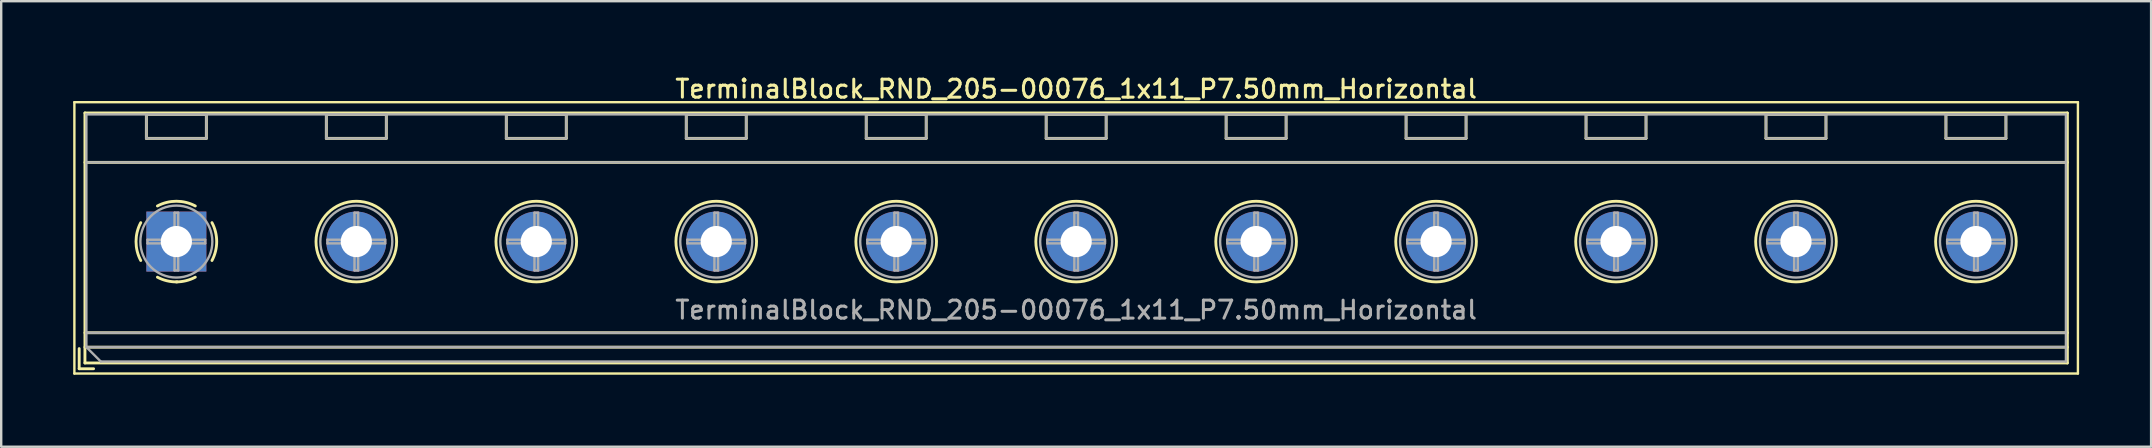
<source format=kicad_pcb>
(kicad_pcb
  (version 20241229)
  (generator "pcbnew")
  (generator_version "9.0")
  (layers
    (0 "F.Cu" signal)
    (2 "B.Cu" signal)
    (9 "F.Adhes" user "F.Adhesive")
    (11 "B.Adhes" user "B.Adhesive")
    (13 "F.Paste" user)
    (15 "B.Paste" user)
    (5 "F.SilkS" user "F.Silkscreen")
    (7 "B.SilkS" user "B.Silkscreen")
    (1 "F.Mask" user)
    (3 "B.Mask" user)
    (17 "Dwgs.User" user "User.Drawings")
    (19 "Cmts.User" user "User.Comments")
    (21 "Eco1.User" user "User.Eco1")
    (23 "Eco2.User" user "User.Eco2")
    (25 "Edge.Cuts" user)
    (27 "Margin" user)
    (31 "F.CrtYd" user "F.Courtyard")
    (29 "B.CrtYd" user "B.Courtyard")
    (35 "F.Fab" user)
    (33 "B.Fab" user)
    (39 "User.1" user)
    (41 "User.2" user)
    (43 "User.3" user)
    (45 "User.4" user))
  (footprint "TerminalBlock_RND_205-00076_1x11_P7.50mm_Horizontal"
    (layer "F.Cu")
    (at 4.3 7.018)
    (property "Reference" "TerminalBlock_RND_205-00076_1x11_P7.50mm_Horizontal" (at 37.5 -6.36 0) (layer "F.SilkS") (effects (font (size 0.75 0.75) (thickness 0.125))))
    (attr through_hole)
    (fp_line (start -4.25 -5.81) (end -4.25 5.5) (stroke (width 0.1) (type solid)) (layer "F.SilkS"))
    (fp_line (start -4.25 5.5) (end 79.25 5.5) (stroke (width 0.1) (type solid)) (layer "F.SilkS"))
    (fp_line (start -4.05 4.46) (end -4.05 5.3) (stroke (width 0.12) (type solid)) (layer "F.SilkS"))
    (fp_line (start -4.05 5.3) (end -3.45 5.3) (stroke (width 0.12) (type solid)) (layer "F.SilkS"))
    (fp_line (start -3.81 -5.36) (end -3.81 5.06) (stroke (width 0.12) (type solid)) (layer "F.SilkS"))
    (fp_line (start -3.81 -5.36) (end 78.81 -5.36) (stroke (width 0.12) (type solid)) (layer "F.SilkS"))
    (fp_line (start -3.81 -3.301) (end 78.81 -3.301) (stroke (width 0.12) (type solid)) (layer "F.SilkS"))
    (fp_line (start -3.81 3.8) (end 78.81 3.8) (stroke (width 0.12) (type solid)) (layer "F.SilkS"))
    (fp_line (start -3.81 4.4) (end 78.81 4.4) (stroke (width 0.12) (type solid)) (layer "F.SilkS"))
    (fp_line (start -3.81 5.06) (end 78.81 5.06) (stroke (width 0.12) (type solid)) (layer "F.SilkS"))
    (fp_line (start -1.25 -5.301) (end -1.25 -4.301) (stroke (width 0.12) (type solid)) (layer "F.SilkS"))
    (fp_line (start -1.25 -5.301) (end 1.25 -5.301) (stroke (width 0.12) (type solid)) (layer "F.SilkS"))
    (fp_line (start -1.25 -4.301) (end 1.25 -4.301) (stroke (width 0.12) (type solid)) (layer "F.SilkS"))
    (fp_line (start 1.25 -5.301) (end 1.25 -4.301) (stroke (width 0.12) (type solid)) (layer "F.SilkS"))
    (fp_line (start 6.25 -5.301) (end 6.25 -4.301) (stroke (width 0.12) (type solid)) (layer "F.SilkS"))
    (fp_line (start 6.25 -5.301) (end 8.75 -5.301) (stroke (width 0.12) (type solid)) (layer "F.SilkS"))
    (fp_line (start 6.25 -4.301) (end 8.75 -4.301) (stroke (width 0.12) (type solid)) (layer "F.SilkS"))
    (fp_line (start 8.75 -5.301) (end 8.75 -4.301) (stroke (width 0.12) (type solid)) (layer "F.SilkS"))
    (fp_line (start 13.75 -5.301) (end 13.75 -4.301) (stroke (width 0.12) (type solid)) (layer "F.SilkS"))
    (fp_line (start 13.75 -5.301) (end 16.25 -5.301) (stroke (width 0.12) (type solid)) (layer "F.SilkS"))
    (fp_line (start 13.75 -4.301) (end 16.25 -4.301) (stroke (width 0.12) (type solid)) (layer "F.SilkS"))
    (fp_line (start 16.25 -5.301) (end 16.25 -4.301) (stroke (width 0.12) (type solid)) (layer "F.SilkS"))
    (fp_line (start 21.25 -5.301) (end 21.25 -4.301) (stroke (width 0.12) (type solid)) (layer "F.SilkS"))
    (fp_line (start 21.25 -5.301) (end 23.75 -5.301) (stroke (width 0.12) (type solid)) (layer "F.SilkS"))
    (fp_line (start 21.25 -4.301) (end 23.75 -4.301) (stroke (width 0.12) (type solid)) (layer "F.SilkS"))
    (fp_line (start 23.75 -5.301) (end 23.75 -4.301) (stroke (width 0.12) (type solid)) (layer "F.SilkS"))
    (fp_line (start 28.75 -5.301) (end 28.75 -4.301) (stroke (width 0.12) (type solid)) (layer "F.SilkS"))
    (fp_line (start 28.75 -5.301) (end 31.25 -5.301) (stroke (width 0.12) (type solid)) (layer "F.SilkS"))
    (fp_line (start 28.75 -4.301) (end 31.25 -4.301) (stroke (width 0.12) (type solid)) (layer "F.SilkS"))
    (fp_line (start 31.25 -5.301) (end 31.25 -4.301) (stroke (width 0.12) (type solid)) (layer "F.SilkS"))
    (fp_line (start 36.25 -5.301) (end 36.25 -4.301) (stroke (width 0.12) (type solid)) (layer "F.SilkS"))
    (fp_line (start 36.25 -5.301) (end 38.75 -5.301) (stroke (width 0.12) (type solid)) (layer "F.SilkS"))
    (fp_line (start 36.25 -4.301) (end 38.75 -4.301) (stroke (width 0.12) (type solid)) (layer "F.SilkS"))
    (fp_line (start 38.75 -5.301) (end 38.75 -4.301) (stroke (width 0.12) (type solid)) (layer "F.SilkS"))
    (fp_line (start 43.75 -5.301) (end 43.75 -4.301) (stroke (width 0.12) (type solid)) (layer "F.SilkS"))
    (fp_line (start 43.75 -5.301) (end 46.25 -5.301) (stroke (width 0.12) (type solid)) (layer "F.SilkS"))
    (fp_line (start 43.75 -4.301) (end 46.25 -4.301) (stroke (width 0.12) (type solid)) (layer "F.SilkS"))
    (fp_line (start 46.25 -5.301) (end 46.25 -4.301) (stroke (width 0.12) (type solid)) (layer "F.SilkS"))
    (fp_line (start 51.25 -5.301) (end 51.25 -4.301) (stroke (width 0.12) (type solid)) (layer "F.SilkS"))
    (fp_line (start 51.25 -5.301) (end 53.75 -5.301) (stroke (width 0.12) (type solid)) (layer "F.SilkS"))
    (fp_line (start 51.25 -4.301) (end 53.75 -4.301) (stroke (width 0.12) (type solid)) (layer "F.SilkS"))
    (fp_line (start 53.75 -5.301) (end 53.75 -4.301) (stroke (width 0.12) (type solid)) (layer "F.SilkS"))
    (fp_line (start 58.75 -5.301) (end 58.75 -4.301) (stroke (width 0.12) (type solid)) (layer "F.SilkS"))
    (fp_line (start 58.75 -5.301) (end 61.25 -5.301) (stroke (width 0.12) (type solid)) (layer "F.SilkS"))
    (fp_line (start 58.75 -4.301) (end 61.25 -4.301) (stroke (width 0.12) (type solid)) (layer "F.SilkS"))
    (fp_line (start 61.25 -5.301) (end 61.25 -4.301) (stroke (width 0.12) (type solid)) (layer "F.SilkS"))
    (fp_line (start 66.25 -5.301) (end 66.25 -4.301) (stroke (width 0.12) (type solid)) (layer "F.SilkS"))
    (fp_line (start 66.25 -5.301) (end 68.75 -5.301) (stroke (width 0.12) (type solid)) (layer "F.SilkS"))
    (fp_line (start 66.25 -4.301) (end 68.75 -4.301) (stroke (width 0.12) (type solid)) (layer "F.SilkS"))
    (fp_line (start 68.75 -5.301) (end 68.75 -4.301) (stroke (width 0.12) (type solid)) (layer "F.SilkS"))
    (fp_line (start 73.75 -5.301) (end 73.75 -4.301) (stroke (width 0.12) (type solid)) (layer "F.SilkS"))
    (fp_line (start 73.75 -5.301) (end 76.25 -5.301) (stroke (width 0.12) (type solid)) (layer "F.SilkS"))
    (fp_line (start 73.75 -4.301) (end 76.25 -4.301) (stroke (width 0.12) (type solid)) (layer "F.SilkS"))
    (fp_line (start 76.25 -5.301) (end 76.25 -4.301) (stroke (width 0.12) (type solid)) (layer "F.SilkS"))
    (fp_line (start 78.81 -5.36) (end 78.81 5.06) (stroke (width 0.12) (type solid)) (layer "F.SilkS"))
    (fp_line (start 79.25 -5.81) (end -4.25 -5.81) (stroke (width 0.1) (type solid)) (layer "F.SilkS"))
    (fp_line (start 79.25 5.5) (end 79.25 -5.81) (stroke (width 0.1) (type solid)) (layer "F.SilkS"))
    (fp_arc (start -1.483953 0.789089) (mid -1.680708 0.00005) (end -1.484 -0.789) (stroke (width 0.12) (type solid)) (layer "F.SilkS"))
    (fp_arc (start -0.789089 -1.483953) (mid -0.00005 -1.680708) (end 0.789 -1.484) (stroke (width 0.12) (type solid)) (layer "F.SilkS"))
    (fp_arc (start 0.029383 1.68045) (mid -0.392304 1.634281) (end -0.789 1.484) (stroke (width 0.12) (type solid)) (layer "F.SilkS"))
    (fp_arc (start 0.788712 1.483352) (mid 0.406429 1.630097) (end 0 1.68) (stroke (width 0.12) (type solid)) (layer "F.SilkS"))
    (fp_arc (start 1.483953 -0.789089) (mid 1.680708 -0.00005) (end 1.484 0.789) (stroke (width 0.12) (type solid)) (layer "F.SilkS"))
    (fp_circle (center 7.5 0) (end 9.18 0) (stroke (width 0.12) (type solid)) (fill no) (layer "F.SilkS"))
    (fp_circle (center 15 0) (end 16.68 0) (stroke (width 0.12) (type solid)) (fill no) (layer "F.SilkS"))
    (fp_circle (center 22.5 0) (end 24.18 0) (stroke (width 0.12) (type solid)) (fill no) (layer "F.SilkS"))
    (fp_circle (center 30 0) (end 31.68 0) (stroke (width 0.12) (type solid)) (fill no) (layer "F.SilkS"))
    (fp_circle (center 37.5 0) (end 39.18 0) (stroke (width 0.12) (type solid)) (fill no) (layer "F.SilkS"))
    (fp_circle (center 45 0) (end 46.68 0) (stroke (width 0.12) (type solid)) (fill no) (layer "F.SilkS"))
    (fp_circle (center 52.5 0) (end 54.18 0) (stroke (width 0.12) (type solid)) (fill no) (layer "F.SilkS"))
    (fp_circle (center 60 0) (end 61.68 0) (stroke (width 0.12) (type solid)) (fill no) (layer "F.SilkS"))
    (fp_circle (center 67.5 0) (end 69.18 0) (stroke (width 0.12) (type solid)) (fill no) (layer "F.SilkS"))
    (fp_circle (center 75 0) (end 76.68 0) (stroke (width 0.12) (type solid)) (fill no) (layer "F.SilkS"))
    (fp_line (start -3.75 -5.3) (end 78.75 -5.3) (stroke (width 0.1) (type solid)) (layer "F.Fab"))
    (fp_line (start -3.75 -3.3) (end 78.75 -3.3) (stroke (width 0.1) (type solid)) (layer "F.Fab"))
    (fp_line (start -3.75 3.8) (end 78.75 3.8) (stroke (width 0.1) (type solid)) (layer "F.Fab"))
    (fp_line (start -3.75 4.4) (end -3.75 -5.3) (stroke (width 0.1) (type solid)) (layer "F.Fab"))
    (fp_line (start -3.75 4.4) (end 78.75 4.4) (stroke (width 0.1) (type solid)) (layer "F.Fab"))
    (fp_line (start -3.15 5) (end -3.75 4.4) (stroke (width 0.1) (type solid)) (layer "F.Fab"))
    (fp_line (start -1.25 -5.3) (end -1.25 -4.3) (stroke (width 0.1) (type solid)) (layer "F.Fab"))
    (fp_line (start -1.25 -4.3) (end 1.25 -4.3) (stroke (width 0.1) (type solid)) (layer "F.Fab"))
    (fp_line (start -1.201 -0.076) (end -0.076 -0.076) (stroke (width 0.1) (type solid)) (layer "F.Fab"))
    (fp_line (start -1.201 0.076) (end -1.201 -0.076) (stroke (width 0.1) (type solid)) (layer "F.Fab"))
    (fp_line (start -0.076 -1.201) (end 0.076 -1.201) (stroke (width 0.1) (type solid)) (layer "F.Fab"))
    (fp_line (start -0.076 -0.076) (end -0.076 -1.201) (stroke (width 0.1) (type solid)) (layer "F.Fab"))
    (fp_line (start -0.076 0.076) (end -1.201 0.076) (stroke (width 0.1) (type solid)) (layer "F.Fab"))
    (fp_line (start -0.076 1.201) (end -0.076 0.076) (stroke (width 0.1) (type solid)) (layer "F.Fab"))
    (fp_line (start 0.076 -1.201) (end 0.076 -0.076) (stroke (width 0.1) (type solid)) (layer "F.Fab"))
    (fp_line (start 0.076 -0.076) (end 1.201 -0.076) (stroke (width 0.1) (type solid)) (layer "F.Fab"))
    (fp_line (start 0.076 0.076) (end 0.076 1.201) (stroke (width 0.1) (type solid)) (layer "F.Fab"))
    (fp_line (start 0.076 1.201) (end -0.076 1.201) (stroke (width 0.1) (type solid)) (layer "F.Fab"))
    (fp_line (start 1.201 -0.076) (end 1.201 0.076) (stroke (width 0.1) (type solid)) (layer "F.Fab"))
    (fp_line (start 1.201 0.076) (end 0.076 0.076) (stroke (width 0.1) (type solid)) (layer "F.Fab"))
    (fp_line (start 1.25 -5.3) (end -1.25 -5.3) (stroke (width 0.1) (type solid)) (layer "F.Fab"))
    (fp_line (start 1.25 -4.3) (end 1.25 -5.3) (stroke (width 0.1) (type solid)) (layer "F.Fab"))
    (fp_line (start 6.25 -5.3) (end 6.25 -4.3) (stroke (width 0.1) (type solid)) (layer "F.Fab"))
    (fp_line (start 6.25 -4.3) (end 8.75 -4.3) (stroke (width 0.1) (type solid)) (layer "F.Fab"))
    (fp_line (start 6.299 -0.076) (end 7.424 -0.076) (stroke (width 0.1) (type solid)) (layer "F.Fab"))
    (fp_line (start 6.299 0.076) (end 6.299 -0.076) (stroke (width 0.1) (type solid)) (layer "F.Fab"))
    (fp_line (start 7.424 -1.201) (end 7.576 -1.201) (stroke (width 0.1) (type solid)) (layer "F.Fab"))
    (fp_line (start 7.424 -0.076) (end 7.424 -1.201) (stroke (width 0.1) (type solid)) (layer "F.Fab"))
    (fp_line (start 7.424 0.076) (end 6.299 0.076) (stroke (width 0.1) (type solid)) (layer "F.Fab"))
    (fp_line (start 7.424 1.201) (end 7.424 0.076) (stroke (width 0.1) (type solid)) (layer "F.Fab"))
    (fp_line (start 7.576 -1.201) (end 7.576 -0.076) (stroke (width 0.1) (type solid)) (layer "F.Fab"))
    (fp_line (start 7.576 -0.076) (end 8.701 -0.076) (stroke (width 0.1) (type solid)) (layer "F.Fab"))
    (fp_line (start 7.576 0.076) (end 7.576 1.201) (stroke (width 0.1) (type solid)) (layer "F.Fab"))
    (fp_line (start 7.576 1.201) (end 7.424 1.201) (stroke (width 0.1) (type solid)) (layer "F.Fab"))
    (fp_line (start 8.701 -0.076) (end 8.701 0.076) (stroke (width 0.1) (type solid)) (layer "F.Fab"))
    (fp_line (start 8.701 0.076) (end 7.576 0.076) (stroke (width 0.1) (type solid)) (layer "F.Fab"))
    (fp_line (start 8.75 -5.3) (end 6.25 -5.3) (stroke (width 0.1) (type solid)) (layer "F.Fab"))
    (fp_line (start 8.75 -4.3) (end 8.75 -5.3) (stroke (width 0.1) (type solid)) (layer "F.Fab"))
    (fp_line (start 13.75 -5.3) (end 13.75 -4.3) (stroke (width 0.1) (type solid)) (layer "F.Fab"))
    (fp_line (start 13.75 -4.3) (end 16.25 -4.3) (stroke (width 0.1) (type solid)) (layer "F.Fab"))
    (fp_line (start 13.799 -0.076) (end 14.924 -0.076) (stroke (width 0.1) (type solid)) (layer "F.Fab"))
    (fp_line (start 13.799 0.076) (end 13.799 -0.076) (stroke (width 0.1) (type solid)) (layer "F.Fab"))
    (fp_line (start 14.924 -1.201) (end 15.076 -1.201) (stroke (width 0.1) (type solid)) (layer "F.Fab"))
    (fp_line (start 14.924 -0.076) (end 14.924 -1.201) (stroke (width 0.1) (type solid)) (layer "F.Fab"))
    (fp_line (start 14.924 0.076) (end 13.799 0.076) (stroke (width 0.1) (type solid)) (layer "F.Fab"))
    (fp_line (start 14.924 1.201) (end 14.924 0.076) (stroke (width 0.1) (type solid)) (layer "F.Fab"))
    (fp_line (start 15.076 -1.201) (end 15.076 -0.076) (stroke (width 0.1) (type solid)) (layer "F.Fab"))
    (fp_line (start 15.076 -0.076) (end 16.201 -0.076) (stroke (width 0.1) (type solid)) (layer "F.Fab"))
    (fp_line (start 15.076 0.076) (end 15.076 1.201) (stroke (width 0.1) (type solid)) (layer "F.Fab"))
    (fp_line (start 15.076 1.201) (end 14.924 1.201) (stroke (width 0.1) (type solid)) (layer "F.Fab"))
    (fp_line (start 16.201 -0.076) (end 16.201 0.076) (stroke (width 0.1) (type solid)) (layer "F.Fab"))
    (fp_line (start 16.201 0.076) (end 15.076 0.076) (stroke (width 0.1) (type solid)) (layer "F.Fab"))
    (fp_line (start 16.25 -5.3) (end 13.75 -5.3) (stroke (width 0.1) (type solid)) (layer "F.Fab"))
    (fp_line (start 16.25 -4.3) (end 16.25 -5.3) (stroke (width 0.1) (type solid)) (layer "F.Fab"))
    (fp_line (start 21.25 -5.3) (end 21.25 -4.3) (stroke (width 0.1) (type solid)) (layer "F.Fab"))
    (fp_line (start 21.25 -4.3) (end 23.75 -4.3) (stroke (width 0.1) (type solid)) (layer "F.Fab"))
    (fp_line (start 21.299 -0.076) (end 22.424 -0.076) (stroke (width 0.1) (type solid)) (layer "F.Fab"))
    (fp_line (start 21.299 0.076) (end 21.299 -0.076) (stroke (width 0.1) (type solid)) (layer "F.Fab"))
    (fp_line (start 22.424 -1.201) (end 22.576 -1.201) (stroke (width 0.1) (type solid)) (layer "F.Fab"))
    (fp_line (start 22.424 -0.076) (end 22.424 -1.201) (stroke (width 0.1) (type solid)) (layer "F.Fab"))
    (fp_line (start 22.424 0.076) (end 21.299 0.076) (stroke (width 0.1) (type solid)) (layer "F.Fab"))
    (fp_line (start 22.424 1.201) (end 22.424 0.076) (stroke (width 0.1) (type solid)) (layer "F.Fab"))
    (fp_line (start 22.576 -1.201) (end 22.576 -0.076) (stroke (width 0.1) (type solid)) (layer "F.Fab"))
    (fp_line (start 22.576 -0.076) (end 23.701 -0.076) (stroke (width 0.1) (type solid)) (layer "F.Fab"))
    (fp_line (start 22.576 0.076) (end 22.576 1.201) (stroke (width 0.1) (type solid)) (layer "F.Fab"))
    (fp_line (start 22.576 1.201) (end 22.424 1.201) (stroke (width 0.1) (type solid)) (layer "F.Fab"))
    (fp_line (start 23.701 -0.076) (end 23.701 0.076) (stroke (width 0.1) (type solid)) (layer "F.Fab"))
    (fp_line (start 23.701 0.076) (end 22.576 0.076) (stroke (width 0.1) (type solid)) (layer "F.Fab"))
    (fp_line (start 23.75 -5.3) (end 21.25 -5.3) (stroke (width 0.1) (type solid)) (layer "F.Fab"))
    (fp_line (start 23.75 -4.3) (end 23.75 -5.3) (stroke (width 0.1) (type solid)) (layer "F.Fab"))
    (fp_line (start 28.75 -5.3) (end 28.75 -4.3) (stroke (width 0.1) (type solid)) (layer "F.Fab"))
    (fp_line (start 28.75 -4.3) (end 31.25 -4.3) (stroke (width 0.1) (type solid)) (layer "F.Fab"))
    (fp_line (start 28.799 -0.076) (end 29.924 -0.076) (stroke (width 0.1) (type solid)) (layer "F.Fab"))
    (fp_line (start 28.799 0.076) (end 28.799 -0.076) (stroke (width 0.1) (type solid)) (layer "F.Fab"))
    (fp_line (start 29.924 -1.201) (end 30.076 -1.201) (stroke (width 0.1) (type solid)) (layer "F.Fab"))
    (fp_line (start 29.924 -0.076) (end 29.924 -1.201) (stroke (width 0.1) (type solid)) (layer "F.Fab"))
    (fp_line (start 29.924 0.076) (end 28.799 0.076) (stroke (width 0.1) (type solid)) (layer "F.Fab"))
    (fp_line (start 29.924 1.201) (end 29.924 0.076) (stroke (width 0.1) (type solid)) (layer "F.Fab"))
    (fp_line (start 30.076 -1.201) (end 30.076 -0.076) (stroke (width 0.1) (type solid)) (layer "F.Fab"))
    (fp_line (start 30.076 -0.076) (end 31.201 -0.076) (stroke (width 0.1) (type solid)) (layer "F.Fab"))
    (fp_line (start 30.076 0.076) (end 30.076 1.201) (stroke (width 0.1) (type solid)) (layer "F.Fab"))
    (fp_line (start 30.076 1.201) (end 29.924 1.201) (stroke (width 0.1) (type solid)) (layer "F.Fab"))
    (fp_line (start 31.201 -0.076) (end 31.201 0.076) (stroke (width 0.1) (type solid)) (layer "F.Fab"))
    (fp_line (start 31.201 0.076) (end 30.076 0.076) (stroke (width 0.1) (type solid)) (layer "F.Fab"))
    (fp_line (start 31.25 -5.3) (end 28.75 -5.3) (stroke (width 0.1) (type solid)) (layer "F.Fab"))
    (fp_line (start 31.25 -4.3) (end 31.25 -5.3) (stroke (width 0.1) (type solid)) (layer "F.Fab"))
    (fp_line (start 36.25 -5.3) (end 36.25 -4.3) (stroke (width 0.1) (type solid)) (layer "F.Fab"))
    (fp_line (start 36.25 -4.3) (end 38.75 -4.3) (stroke (width 0.1) (type solid)) (layer "F.Fab"))
    (fp_line (start 36.299 -0.076) (end 37.424 -0.076) (stroke (width 0.1) (type solid)) (layer "F.Fab"))
    (fp_line (start 36.299 0.076) (end 36.299 -0.076) (stroke (width 0.1) (type solid)) (layer "F.Fab"))
    (fp_line (start 37.424 -1.201) (end 37.576 -1.201) (stroke (width 0.1) (type solid)) (layer "F.Fab"))
    (fp_line (start 37.424 -0.076) (end 37.424 -1.201) (stroke (width 0.1) (type solid)) (layer "F.Fab"))
    (fp_line (start 37.424 0.076) (end 36.299 0.076) (stroke (width 0.1) (type solid)) (layer "F.Fab"))
    (fp_line (start 37.424 1.201) (end 37.424 0.076) (stroke (width 0.1) (type solid)) (layer "F.Fab"))
    (fp_line (start 37.576 -1.201) (end 37.576 -0.076) (stroke (width 0.1) (type solid)) (layer "F.Fab"))
    (fp_line (start 37.576 -0.076) (end 38.701 -0.076) (stroke (width 0.1) (type solid)) (layer "F.Fab"))
    (fp_line (start 37.576 0.076) (end 37.576 1.201) (stroke (width 0.1) (type solid)) (layer "F.Fab"))
    (fp_line (start 37.576 1.201) (end 37.424 1.201) (stroke (width 0.1) (type solid)) (layer "F.Fab"))
    (fp_line (start 38.701 -0.076) (end 38.701 0.076) (stroke (width 0.1) (type solid)) (layer "F.Fab"))
    (fp_line (start 38.701 0.076) (end 37.576 0.076) (stroke (width 0.1) (type solid)) (layer "F.Fab"))
    (fp_line (start 38.75 -5.3) (end 36.25 -5.3) (stroke (width 0.1) (type solid)) (layer "F.Fab"))
    (fp_line (start 38.75 -4.3) (end 38.75 -5.3) (stroke (width 0.1) (type solid)) (layer "F.Fab"))
    (fp_line (start 43.75 -5.3) (end 43.75 -4.3) (stroke (width 0.1) (type solid)) (layer "F.Fab"))
    (fp_line (start 43.75 -4.3) (end 46.25 -4.3) (stroke (width 0.1) (type solid)) (layer "F.Fab"))
    (fp_line (start 43.799 -0.076) (end 44.924 -0.076) (stroke (width 0.1) (type solid)) (layer "F.Fab"))
    (fp_line (start 43.799 0.076) (end 43.799 -0.076) (stroke (width 0.1) (type solid)) (layer "F.Fab"))
    (fp_line (start 44.924 -1.201) (end 45.076 -1.201) (stroke (width 0.1) (type solid)) (layer "F.Fab"))
    (fp_line (start 44.924 -0.076) (end 44.924 -1.201) (stroke (width 0.1) (type solid)) (layer "F.Fab"))
    (fp_line (start 44.924 0.076) (end 43.799 0.076) (stroke (width 0.1) (type solid)) (layer "F.Fab"))
    (fp_line (start 44.924 1.201) (end 44.924 0.076) (stroke (width 0.1) (type solid)) (layer "F.Fab"))
    (fp_line (start 45.076 -1.201) (end 45.076 -0.076) (stroke (width 0.1) (type solid)) (layer "F.Fab"))
    (fp_line (start 45.076 -0.076) (end 46.201 -0.076) (stroke (width 0.1) (type solid)) (layer "F.Fab"))
    (fp_line (start 45.076 0.076) (end 45.076 1.201) (stroke (width 0.1) (type solid)) (layer "F.Fab"))
    (fp_line (start 45.076 1.201) (end 44.924 1.201) (stroke (width 0.1) (type solid)) (layer "F.Fab"))
    (fp_line (start 46.201 -0.076) (end 46.201 0.076) (stroke (width 0.1) (type solid)) (layer "F.Fab"))
    (fp_line (start 46.201 0.076) (end 45.076 0.076) (stroke (width 0.1) (type solid)) (layer "F.Fab"))
    (fp_line (start 46.25 -5.3) (end 43.75 -5.3) (stroke (width 0.1) (type solid)) (layer "F.Fab"))
    (fp_line (start 46.25 -4.3) (end 46.25 -5.3) (stroke (width 0.1) (type solid)) (layer "F.Fab"))
    (fp_line (start 51.25 -5.3) (end 51.25 -4.3) (stroke (width 0.1) (type solid)) (layer "F.Fab"))
    (fp_line (start 51.25 -4.3) (end 53.75 -4.3) (stroke (width 0.1) (type solid)) (layer "F.Fab"))
    (fp_line (start 51.299 -0.076) (end 52.424 -0.076) (stroke (width 0.1) (type solid)) (layer "F.Fab"))
    (fp_line (start 51.299 0.076) (end 51.299 -0.076) (stroke (width 0.1) (type solid)) (layer "F.Fab"))
    (fp_line (start 52.424 -1.201) (end 52.576 -1.201) (stroke (width 0.1) (type solid)) (layer "F.Fab"))
    (fp_line (start 52.424 -0.076) (end 52.424 -1.201) (stroke (width 0.1) (type solid)) (layer "F.Fab"))
    (fp_line (start 52.424 0.076) (end 51.299 0.076) (stroke (width 0.1) (type solid)) (layer "F.Fab"))
    (fp_line (start 52.424 1.201) (end 52.424 0.076) (stroke (width 0.1) (type solid)) (layer "F.Fab"))
    (fp_line (start 52.576 -1.201) (end 52.576 -0.076) (stroke (width 0.1) (type solid)) (layer "F.Fab"))
    (fp_line (start 52.576 -0.076) (end 53.701 -0.076) (stroke (width 0.1) (type solid)) (layer "F.Fab"))
    (fp_line (start 52.576 0.076) (end 52.576 1.201) (stroke (width 0.1) (type solid)) (layer "F.Fab"))
    (fp_line (start 52.576 1.201) (end 52.424 1.201) (stroke (width 0.1) (type solid)) (layer "F.Fab"))
    (fp_line (start 53.701 -0.076) (end 53.701 0.076) (stroke (width 0.1) (type solid)) (layer "F.Fab"))
    (fp_line (start 53.701 0.076) (end 52.576 0.076) (stroke (width 0.1) (type solid)) (layer "F.Fab"))
    (fp_line (start 53.75 -5.3) (end 51.25 -5.3) (stroke (width 0.1) (type solid)) (layer "F.Fab"))
    (fp_line (start 53.75 -4.3) (end 53.75 -5.3) (stroke (width 0.1) (type solid)) (layer "F.Fab"))
    (fp_line (start 58.75 -5.3) (end 58.75 -4.3) (stroke (width 0.1) (type solid)) (layer "F.Fab"))
    (fp_line (start 58.75 -4.3) (end 61.25 -4.3) (stroke (width 0.1) (type solid)) (layer "F.Fab"))
    (fp_line (start 58.799 -0.076) (end 59.924 -0.076) (stroke (width 0.1) (type solid)) (layer "F.Fab"))
    (fp_line (start 58.799 0.076) (end 58.799 -0.076) (stroke (width 0.1) (type solid)) (layer "F.Fab"))
    (fp_line (start 59.924 -1.201) (end 60.076 -1.201) (stroke (width 0.1) (type solid)) (layer "F.Fab"))
    (fp_line (start 59.924 -0.076) (end 59.924 -1.201) (stroke (width 0.1) (type solid)) (layer "F.Fab"))
    (fp_line (start 59.924 0.076) (end 58.799 0.076) (stroke (width 0.1) (type solid)) (layer "F.Fab"))
    (fp_line (start 59.924 1.201) (end 59.924 0.076) (stroke (width 0.1) (type solid)) (layer "F.Fab"))
    (fp_line (start 60.076 -1.201) (end 60.076 -0.076) (stroke (width 0.1) (type solid)) (layer "F.Fab"))
    (fp_line (start 60.076 -0.076) (end 61.201 -0.076) (stroke (width 0.1) (type solid)) (layer "F.Fab"))
    (fp_line (start 60.076 0.076) (end 60.076 1.201) (stroke (width 0.1) (type solid)) (layer "F.Fab"))
    (fp_line (start 60.076 1.201) (end 59.924 1.201) (stroke (width 0.1) (type solid)) (layer "F.Fab"))
    (fp_line (start 61.201 -0.076) (end 61.201 0.076) (stroke (width 0.1) (type solid)) (layer "F.Fab"))
    (fp_line (start 61.201 0.076) (end 60.076 0.076) (stroke (width 0.1) (type solid)) (layer "F.Fab"))
    (fp_line (start 61.25 -5.3) (end 58.75 -5.3) (stroke (width 0.1) (type solid)) (layer "F.Fab"))
    (fp_line (start 61.25 -4.3) (end 61.25 -5.3) (stroke (width 0.1) (type solid)) (layer "F.Fab"))
    (fp_line (start 66.25 -5.3) (end 66.25 -4.3) (stroke (width 0.1) (type solid)) (layer "F.Fab"))
    (fp_line (start 66.25 -4.3) (end 68.75 -4.3) (stroke (width 0.1) (type solid)) (layer "F.Fab"))
    (fp_line (start 66.299 -0.076) (end 67.424 -0.076) (stroke (width 0.1) (type solid)) (layer "F.Fab"))
    (fp_line (start 66.299 0.076) (end 66.299 -0.076) (stroke (width 0.1) (type solid)) (layer "F.Fab"))
    (fp_line (start 67.424 -1.201) (end 67.576 -1.201) (stroke (width 0.1) (type solid)) (layer "F.Fab"))
    (fp_line (start 67.424 -0.076) (end 67.424 -1.201) (stroke (width 0.1) (type solid)) (layer "F.Fab"))
    (fp_line (start 67.424 0.076) (end 66.299 0.076) (stroke (width 0.1) (type solid)) (layer "F.Fab"))
    (fp_line (start 67.424 1.201) (end 67.424 0.076) (stroke (width 0.1) (type solid)) (layer "F.Fab"))
    (fp_line (start 67.576 -1.201) (end 67.576 -0.076) (stroke (width 0.1) (type solid)) (layer "F.Fab"))
    (fp_line (start 67.576 -0.076) (end 68.701 -0.076) (stroke (width 0.1) (type solid)) (layer "F.Fab"))
    (fp_line (start 67.576 0.076) (end 67.576 1.201) (stroke (width 0.1) (type solid)) (layer "F.Fab"))
    (fp_line (start 67.576 1.201) (end 67.424 1.201) (stroke (width 0.1) (type solid)) (layer "F.Fab"))
    (fp_line (start 68.701 -0.076) (end 68.701 0.076) (stroke (width 0.1) (type solid)) (layer "F.Fab"))
    (fp_line (start 68.701 0.076) (end 67.576 0.076) (stroke (width 0.1) (type solid)) (layer "F.Fab"))
    (fp_line (start 68.75 -5.3) (end 66.25 -5.3) (stroke (width 0.1) (type solid)) (layer "F.Fab"))
    (fp_line (start 68.75 -4.3) (end 68.75 -5.3) (stroke (width 0.1) (type solid)) (layer "F.Fab"))
    (fp_line (start 73.75 -5.3) (end 73.75 -4.3) (stroke (width 0.1) (type solid)) (layer "F.Fab"))
    (fp_line (start 73.75 -4.3) (end 76.25 -4.3) (stroke (width 0.1) (type solid)) (layer "F.Fab"))
    (fp_line (start 73.799 -0.076) (end 74.924 -0.076) (stroke (width 0.1) (type solid)) (layer "F.Fab"))
    (fp_line (start 73.799 0.076) (end 73.799 -0.076) (stroke (width 0.1) (type solid)) (layer "F.Fab"))
    (fp_line (start 74.924 -1.201) (end 75.076 -1.201) (stroke (width 0.1) (type solid)) (layer "F.Fab"))
    (fp_line (start 74.924 -0.076) (end 74.924 -1.201) (stroke (width 0.1) (type solid)) (layer "F.Fab"))
    (fp_line (start 74.924 0.076) (end 73.799 0.076) (stroke (width 0.1) (type solid)) (layer "F.Fab"))
    (fp_line (start 74.924 1.201) (end 74.924 0.076) (stroke (width 0.1) (type solid)) (layer "F.Fab"))
    (fp_line (start 75.076 -1.201) (end 75.076 -0.076) (stroke (width 0.1) (type solid)) (layer "F.Fab"))
    (fp_line (start 75.076 -0.076) (end 76.201 -0.076) (stroke (width 0.1) (type solid)) (layer "F.Fab"))
    (fp_line (start 75.076 0.076) (end 75.076 1.201) (stroke (width 0.1) (type solid)) (layer "F.Fab"))
    (fp_line (start 75.076 1.201) (end 74.924 1.201) (stroke (width 0.1) (type solid)) (layer "F.Fab"))
    (fp_line (start 76.201 -0.076) (end 76.201 0.076) (stroke (width 0.1) (type solid)) (layer "F.Fab"))
    (fp_line (start 76.201 0.076) (end 75.076 0.076) (stroke (width 0.1) (type solid)) (layer "F.Fab"))
    (fp_line (start 76.25 -5.3) (end 73.75 -5.3) (stroke (width 0.1) (type solid)) (layer "F.Fab"))
    (fp_line (start 76.25 -4.3) (end 76.25 -5.3) (stroke (width 0.1) (type solid)) (layer "F.Fab"))
    (fp_line (start 78.75 -5.3) (end 78.75 5) (stroke (width 0.1) (type solid)) (layer "F.Fab"))
    (fp_line (start 78.75 5) (end -3.15 5) (stroke (width 0.1) (type solid)) (layer "F.Fab"))
    (fp_circle (center 0 0) (end 1.5 0) (stroke (width 0.1) (type solid)) (fill no) (layer "F.Fab"))
    (fp_circle (center 7.5 0) (end 9 0) (stroke (width 0.1) (type solid)) (fill no) (layer "F.Fab"))
    (fp_circle (center 15 0) (end 16.5 0) (stroke (width 0.1) (type solid)) (fill no) (layer "F.Fab"))
    (fp_circle (center 22.5 0) (end 24 0) (stroke (width 0.1) (type solid)) (fill no) (layer "F.Fab"))
    (fp_circle (center 30 0) (end 31.5 0) (stroke (width 0.1) (type solid)) (fill no) (layer "F.Fab"))
    (fp_circle (center 37.5 0) (end 39 0) (stroke (width 0.1) (type solid)) (fill no) (layer "F.Fab"))
    (fp_circle (center 45 0) (end 46.5 0) (stroke (width 0.1) (type solid)) (fill no) (layer "F.Fab"))
    (fp_circle (center 52.5 0) (end 54 0) (stroke (width 0.1) (type solid)) (fill no) (layer "F.Fab"))
    (fp_circle (center 60 0) (end 61.5 0) (stroke (width 0.1) (type solid)) (fill no) (layer "F.Fab"))
    (fp_circle (center 67.5 0) (end 69 0) (stroke (width 0.1) (type solid)) (fill no) (layer "F.Fab"))
    (fp_circle (center 75 0) (end 76.5 0) (stroke (width 0.1) (type solid)) (fill no) (layer "F.Fab"))
    (fp_text user "${REFERENCE}" (at 37.5 2.85 0) (layer "F.Fab") (effects (font (size 0.75 0.75) (thickness 0.125))))
    (pad "1" thru_hole rect (at 0 0) (size 2.5 2.5) (drill 1.3) (layers "*.Cu" "*.Mask"))
    (pad "2" thru_hole circle (at 7.5 0) (size 2.5 2.5) (drill 1.3) (layers "*.Cu" "*.Mask"))
    (pad "3" thru_hole circle (at 15 0) (size 2.5 2.5) (drill 1.3) (layers "*.Cu" "*.Mask"))
    (pad "4" thru_hole circle (at 22.5 0) (size 2.5 2.5) (drill 1.3) (layers "*.Cu" "*.Mask"))
    (pad "5" thru_hole circle (at 30 0) (size 2.5 2.5) (drill 1.3) (layers "*.Cu" "*.Mask"))
    (pad "6" thru_hole circle (at 37.5 0) (size 2.5 2.5) (drill 1.3) (layers "*.Cu" "*.Mask"))
    (pad "7" thru_hole circle (at 45 0) (size 2.5 2.5) (drill 1.3) (layers "*.Cu" "*.Mask"))
    (pad "8" thru_hole circle (at 52.5 0) (size 2.5 2.5) (drill 1.3) (layers "*.Cu" "*.Mask"))
    (pad "9" thru_hole circle (at 60 0) (size 2.5 2.5) (drill 1.3) (layers "*.Cu" "*.Mask"))
    (pad "10" thru_hole circle (at 67.5 0) (size 2.5 2.5) (drill 1.3) (layers "*.Cu" "*.Mask"))
    (pad "11" thru_hole circle (at 75 0) (size 2.5 2.5) (drill 1.3) (layers "*.Cu" "*.Mask")))
  (gr_rect
    (start -3 -3)
    (end 86.6 15.568)
    (stroke (width 0.1) (type default))
    (fill no)
    (layer "Edge.Cuts")))
</source>
